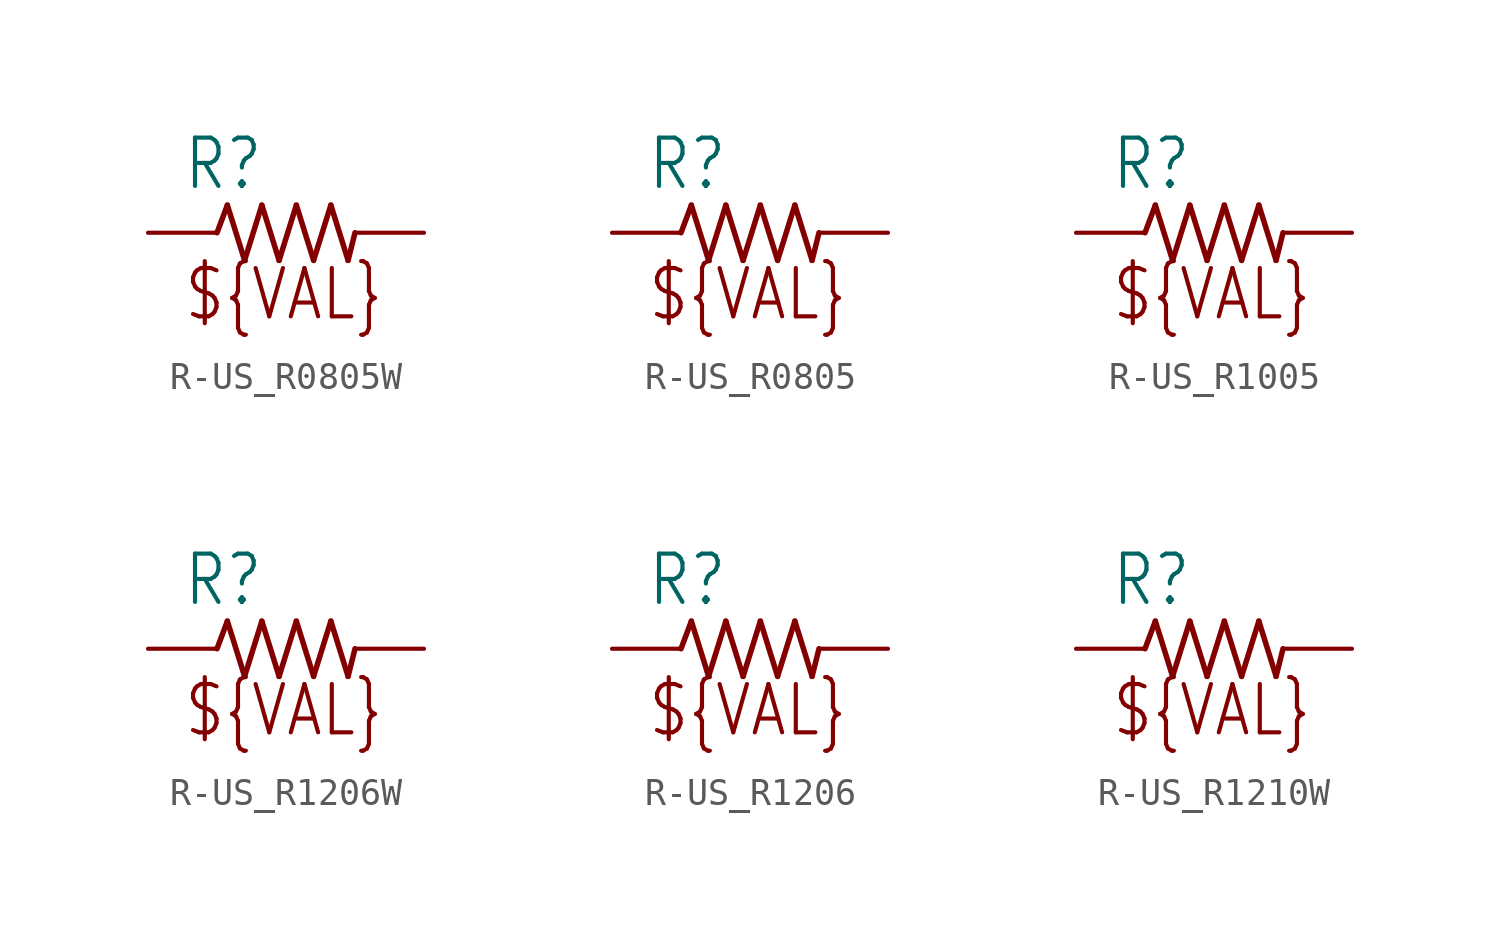
<source format=kicad_sym>
(kicad_symbol_lib
  (version 20231120)
  (generator "kicad_symbol_editor")
  (generator_version "8.0")
  (symbol "R-US_R0805W"
    (property "Reference" "R"
      (at -3.81 1.499 0)
      (effects (font (size 1.778 1.511)) (justify left bottom)))
    (property "ki_locked" ""
      (at 0 0 0)
      (effects (font (size 1.27 1.27))))
    (symbol "R-US_R0805W_1_0"
      (polyline (pts (xy -2.54 0) (xy -2.159 1.016)) (stroke (width 0.203) (type solid)) (fill (type none)))
      (polyline (pts (xy -2.159 1.016) (xy -1.524 -1.016)) (stroke (width 0.203) (type solid)) (fill (type none)))
      (polyline (pts (xy -1.524 -1.016) (xy -0.889 1.016)) (stroke (width 0.203) (type solid)) (fill (type none)))
      (polyline (pts (xy -0.889 1.016) (xy -0.254 -1.016)) (stroke (width 0.203) (type solid)) (fill (type none)))
      (polyline (pts (xy -0.254 -1.016) (xy 0.381 1.016)) (stroke (width 0.203) (type solid)) (fill (type none)))
      (polyline (pts (xy 0.381 1.016) (xy 1.016 -1.016)) (stroke (width 0.203) (type solid)) (fill (type none)))
      (polyline (pts (xy 1.016 -1.016) (xy 1.651 1.016)) (stroke (width 0.203) (type solid)) (fill (type none)))
      (polyline (pts (xy 1.651 1.016) (xy 2.286 -1.016)) (stroke (width 0.203) (type solid)) (fill (type none)))
      (polyline (pts (xy 2.286 -1.016) (xy 2.54 0)) (stroke (width 0.203) (type solid)) (fill (type none)))
      (text "${VAL}" (at -3.81 -3.302 0) (effects (font (size 1.778 1.511)) (justify left bottom)))
      (pin passive line (at -5.08 0 0) (length 2.54) (name "1" (effects (font (size 0 0)))) (number "1" (effects (font (size 0 0)))))
      (pin passive line (at 5.08 0 180) (length 2.54) (name "2" (effects (font (size 0 0)))) (number "2" (effects (font (size 0 0)))))))
  (symbol "R-US_R0805"
    (property "Reference" "R"
      (at -3.81 1.499 0)
      (effects (font (size 1.778 1.511)) (justify left bottom)))
    (property "ki_locked" ""
      (at 0 0 0)
      (effects (font (size 1.27 1.27))))
    (symbol "R-US_R0805_1_0"
      (polyline (pts (xy -2.54 0) (xy -2.159 1.016)) (stroke (width 0.203) (type solid)) (fill (type none)))
      (polyline (pts (xy -2.159 1.016) (xy -1.524 -1.016)) (stroke (width 0.203) (type solid)) (fill (type none)))
      (polyline (pts (xy -1.524 -1.016) (xy -0.889 1.016)) (stroke (width 0.203) (type solid)) (fill (type none)))
      (polyline (pts (xy -0.889 1.016) (xy -0.254 -1.016)) (stroke (width 0.203) (type solid)) (fill (type none)))
      (polyline (pts (xy -0.254 -1.016) (xy 0.381 1.016)) (stroke (width 0.203) (type solid)) (fill (type none)))
      (polyline (pts (xy 0.381 1.016) (xy 1.016 -1.016)) (stroke (width 0.203) (type solid)) (fill (type none)))
      (polyline (pts (xy 1.016 -1.016) (xy 1.651 1.016)) (stroke (width 0.203) (type solid)) (fill (type none)))
      (polyline (pts (xy 1.651 1.016) (xy 2.286 -1.016)) (stroke (width 0.203) (type solid)) (fill (type none)))
      (polyline (pts (xy 2.286 -1.016) (xy 2.54 0)) (stroke (width 0.203) (type solid)) (fill (type none)))
      (text "${VAL}" (at -3.81 -3.302 0) (effects (font (size 1.778 1.511)) (justify left bottom)))
      (pin passive line (at -5.08 0 0) (length 2.54) (name "1" (effects (font (size 0 0)))) (number "1" (effects (font (size 0 0)))))
      (pin passive line (at 5.08 0 180) (length 2.54) (name "2" (effects (font (size 0 0)))) (number "2" (effects (font (size 0 0)))))))
  (symbol "R-US_R1005"
    (property "Reference" "R"
      (at -3.81 1.499 0)
      (effects (font (size 1.778 1.511)) (justify left bottom)))
    (property "ki_locked" ""
      (at 0 0 0)
      (effects (font (size 1.27 1.27))))
    (symbol "R-US_R1005_1_0"
      (polyline (pts (xy -2.54 0) (xy -2.159 1.016)) (stroke (width 0.203) (type solid)) (fill (type none)))
      (polyline (pts (xy -2.159 1.016) (xy -1.524 -1.016)) (stroke (width 0.203) (type solid)) (fill (type none)))
      (polyline (pts (xy -1.524 -1.016) (xy -0.889 1.016)) (stroke (width 0.203) (type solid)) (fill (type none)))
      (polyline (pts (xy -0.889 1.016) (xy -0.254 -1.016)) (stroke (width 0.203) (type solid)) (fill (type none)))
      (polyline (pts (xy -0.254 -1.016) (xy 0.381 1.016)) (stroke (width 0.203) (type solid)) (fill (type none)))
      (polyline (pts (xy 0.381 1.016) (xy 1.016 -1.016)) (stroke (width 0.203) (type solid)) (fill (type none)))
      (polyline (pts (xy 1.016 -1.016) (xy 1.651 1.016)) (stroke (width 0.203) (type solid)) (fill (type none)))
      (polyline (pts (xy 1.651 1.016) (xy 2.286 -1.016)) (stroke (width 0.203) (type solid)) (fill (type none)))
      (polyline (pts (xy 2.286 -1.016) (xy 2.54 0)) (stroke (width 0.203) (type solid)) (fill (type none)))
      (text "${VAL}" (at -3.81 -3.302 0) (effects (font (size 1.778 1.511)) (justify left bottom)))
      (pin passive line (at -5.08 0 0) (length 2.54) (name "1" (effects (font (size 0 0)))) (number "1" (effects (font (size 0 0)))))
      (pin passive line (at 5.08 0 180) (length 2.54) (name "2" (effects (font (size 0 0)))) (number "2" (effects (font (size 0 0)))))))
  (symbol "R-US_R1206W"
    (property "Reference" "R"
      (at -3.81 1.499 0)
      (effects (font (size 1.778 1.511)) (justify left bottom)))
    (property "ki_locked" ""
      (at 0 0 0)
      (effects (font (size 1.27 1.27))))
    (symbol "R-US_R1206W_1_0"
      (polyline (pts (xy -2.54 0) (xy -2.159 1.016)) (stroke (width 0.203) (type solid)) (fill (type none)))
      (polyline (pts (xy -2.159 1.016) (xy -1.524 -1.016)) (stroke (width 0.203) (type solid)) (fill (type none)))
      (polyline (pts (xy -1.524 -1.016) (xy -0.889 1.016)) (stroke (width 0.203) (type solid)) (fill (type none)))
      (polyline (pts (xy -0.889 1.016) (xy -0.254 -1.016)) (stroke (width 0.203) (type solid)) (fill (type none)))
      (polyline (pts (xy -0.254 -1.016) (xy 0.381 1.016)) (stroke (width 0.203) (type solid)) (fill (type none)))
      (polyline (pts (xy 0.381 1.016) (xy 1.016 -1.016)) (stroke (width 0.203) (type solid)) (fill (type none)))
      (polyline (pts (xy 1.016 -1.016) (xy 1.651 1.016)) (stroke (width 0.203) (type solid)) (fill (type none)))
      (polyline (pts (xy 1.651 1.016) (xy 2.286 -1.016)) (stroke (width 0.203) (type solid)) (fill (type none)))
      (polyline (pts (xy 2.286 -1.016) (xy 2.54 0)) (stroke (width 0.203) (type solid)) (fill (type none)))
      (text "${VAL}" (at -3.81 -3.302 0) (effects (font (size 1.778 1.511)) (justify left bottom)))
      (pin passive line (at -5.08 0 0) (length 2.54) (name "1" (effects (font (size 0 0)))) (number "1" (effects (font (size 0 0)))))
      (pin passive line (at 5.08 0 180) (length 2.54) (name "2" (effects (font (size 0 0)))) (number "2" (effects (font (size 0 0)))))))
  (symbol "R-US_R1206"
    (property "Reference" "R"
      (at -3.81 1.499 0)
      (effects (font (size 1.778 1.511)) (justify left bottom)))
    (property "ki_locked" ""
      (at 0 0 0)
      (effects (font (size 1.27 1.27))))
    (symbol "R-US_R1206_1_0"
      (polyline (pts (xy -2.54 0) (xy -2.159 1.016)) (stroke (width 0.203) (type solid)) (fill (type none)))
      (polyline (pts (xy -2.159 1.016) (xy -1.524 -1.016)) (stroke (width 0.203) (type solid)) (fill (type none)))
      (polyline (pts (xy -1.524 -1.016) (xy -0.889 1.016)) (stroke (width 0.203) (type solid)) (fill (type none)))
      (polyline (pts (xy -0.889 1.016) (xy -0.254 -1.016)) (stroke (width 0.203) (type solid)) (fill (type none)))
      (polyline (pts (xy -0.254 -1.016) (xy 0.381 1.016)) (stroke (width 0.203) (type solid)) (fill (type none)))
      (polyline (pts (xy 0.381 1.016) (xy 1.016 -1.016)) (stroke (width 0.203) (type solid)) (fill (type none)))
      (polyline (pts (xy 1.016 -1.016) (xy 1.651 1.016)) (stroke (width 0.203) (type solid)) (fill (type none)))
      (polyline (pts (xy 1.651 1.016) (xy 2.286 -1.016)) (stroke (width 0.203) (type solid)) (fill (type none)))
      (polyline (pts (xy 2.286 -1.016) (xy 2.54 0)) (stroke (width 0.203) (type solid)) (fill (type none)))
      (text "${VAL}" (at -3.81 -3.302 0) (effects (font (size 1.778 1.511)) (justify left bottom)))
      (pin passive line (at -5.08 0 0) (length 2.54) (name "1" (effects (font (size 0 0)))) (number "1" (effects (font (size 0 0)))))
      (pin passive line (at 5.08 0 180) (length 2.54) (name "2" (effects (font (size 0 0)))) (number "2" (effects (font (size 0 0)))))))
  (symbol "R-US_R1210W"
    (property "Reference" "R"
      (at -3.81 1.499 0)
      (effects (font (size 1.778 1.511)) (justify left bottom)))
    (property "ki_locked" ""
      (at 0 0 0)
      (effects (font (size 1.27 1.27))))
    (symbol "R-US_R1210W_1_0"
      (polyline (pts (xy -2.54 0) (xy -2.159 1.016)) (stroke (width 0.203) (type solid)) (fill (type none)))
      (polyline (pts (xy -2.159 1.016) (xy -1.524 -1.016)) (stroke (width 0.203) (type solid)) (fill (type none)))
      (polyline (pts (xy -1.524 -1.016) (xy -0.889 1.016)) (stroke (width 0.203) (type solid)) (fill (type none)))
      (polyline (pts (xy -0.889 1.016) (xy -0.254 -1.016)) (stroke (width 0.203) (type solid)) (fill (type none)))
      (polyline (pts (xy -0.254 -1.016) (xy 0.381 1.016)) (stroke (width 0.203) (type solid)) (fill (type none)))
      (polyline (pts (xy 0.381 1.016) (xy 1.016 -1.016)) (stroke (width 0.203) (type solid)) (fill (type none)))
      (polyline (pts (xy 1.016 -1.016) (xy 1.651 1.016)) (stroke (width 0.203) (type solid)) (fill (type none)))
      (polyline (pts (xy 1.651 1.016) (xy 2.286 -1.016)) (stroke (width 0.203) (type solid)) (fill (type none)))
      (polyline (pts (xy 2.286 -1.016) (xy 2.54 0)) (stroke (width 0.203) (type solid)) (fill (type none)))
      (text "${VAL}" (at -3.81 -3.302 0) (effects (font (size 1.778 1.511)) (justify left bottom)))
      (pin passive line (at -5.08 0 0) (length 2.54) (name "1" (effects (font (size 0 0)))) (number "1" (effects (font (size 0 0)))))
      (pin passive line (at 5.08 0 180) (length 2.54) (name "2" (effects (font (size 0 0)))) (number "2" (effects (font (size 0 0))))))))
</source>
